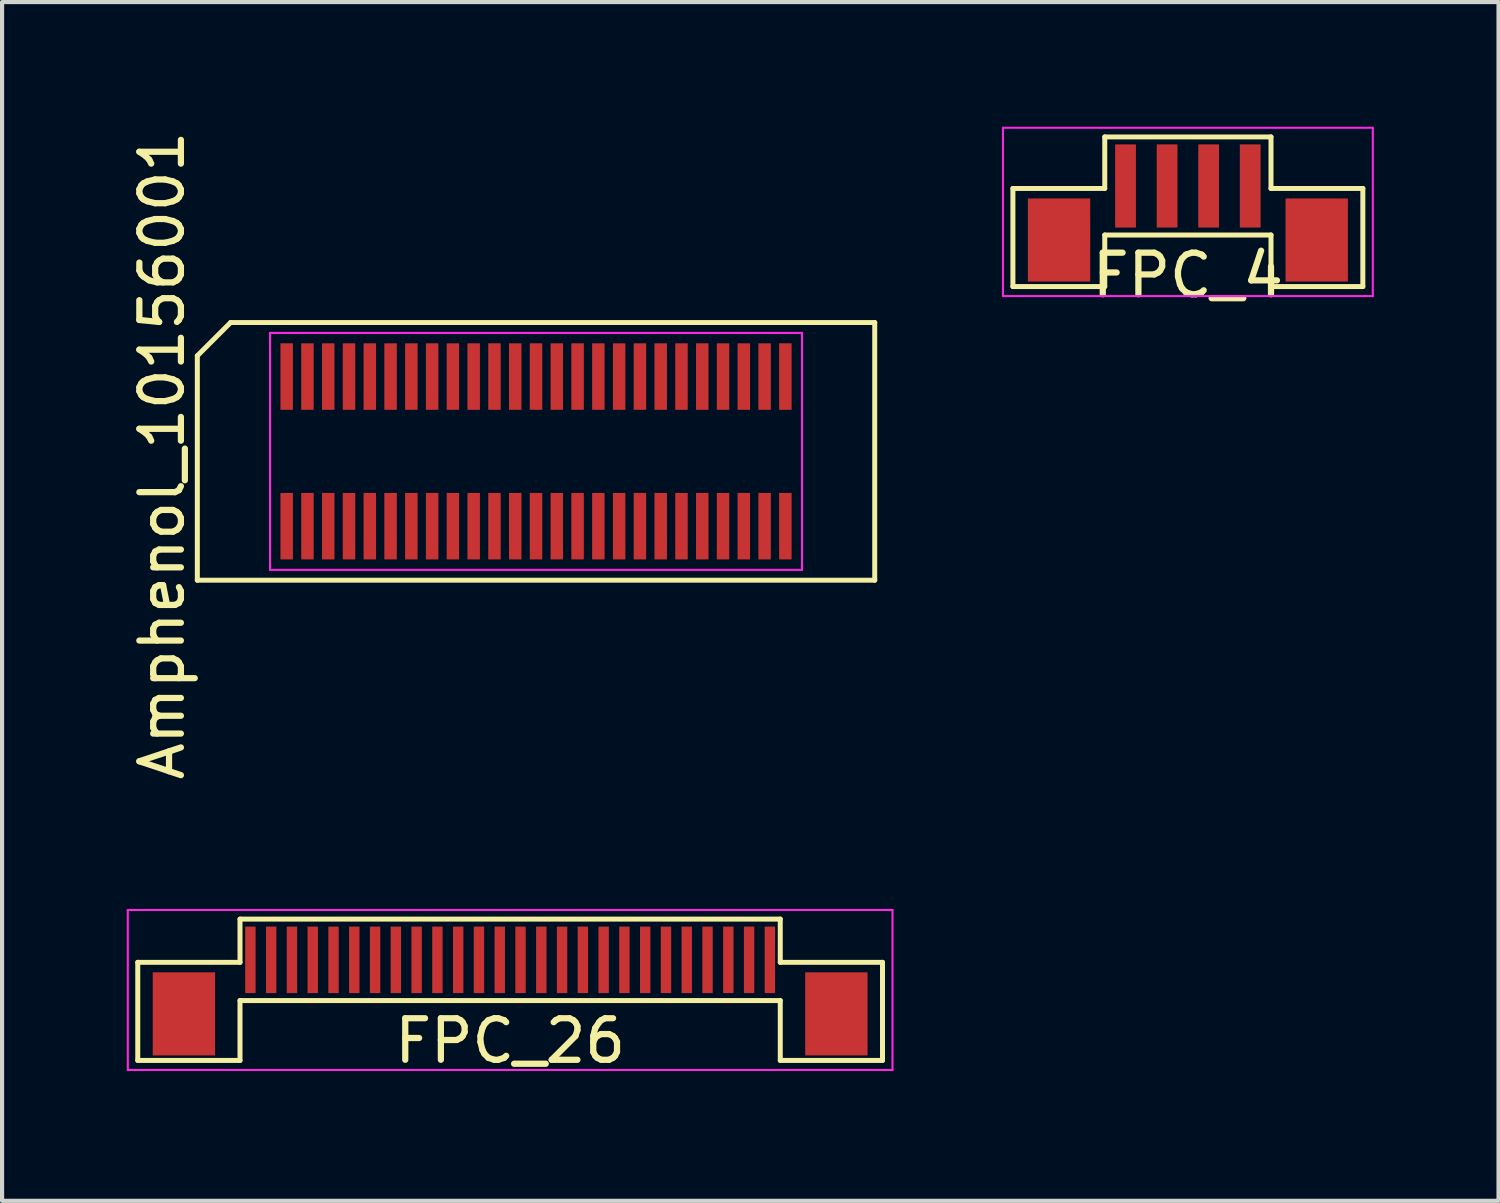
<source format=kicad_pcb>
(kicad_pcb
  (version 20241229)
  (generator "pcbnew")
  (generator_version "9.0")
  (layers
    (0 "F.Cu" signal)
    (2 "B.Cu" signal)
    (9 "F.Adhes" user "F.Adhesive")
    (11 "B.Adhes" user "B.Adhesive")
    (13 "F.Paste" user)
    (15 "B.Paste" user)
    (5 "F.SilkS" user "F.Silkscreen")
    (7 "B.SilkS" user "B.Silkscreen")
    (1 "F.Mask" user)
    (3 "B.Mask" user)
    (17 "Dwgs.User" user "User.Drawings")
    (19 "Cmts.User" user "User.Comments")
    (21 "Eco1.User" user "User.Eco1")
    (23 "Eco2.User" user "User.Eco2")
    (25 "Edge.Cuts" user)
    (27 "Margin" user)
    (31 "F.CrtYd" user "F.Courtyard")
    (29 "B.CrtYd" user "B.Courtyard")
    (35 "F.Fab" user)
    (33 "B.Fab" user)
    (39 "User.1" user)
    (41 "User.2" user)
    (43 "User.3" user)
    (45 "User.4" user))
  (footprint "FPC_4"
    (layer "F.Cu")
    (at 25.533 1.425)
    (property "Reference" "FPC_4" (at 0 2.15 0) (layer "F.SilkS") (effects (font (size 1 1) (thickness 0.15))))
    (attr through_hole)
    (fp_line (start -4.21 0.06) (end -2 0.06) (stroke (width 0.12) (type default)) (layer "F.SilkS"))
    (fp_line (start -4.21 2.42) (end -4.21 0.06) (stroke (width 0.12) (type default)) (layer "F.SilkS"))
    (fp_line (start -2 -1.18) (end 2 -1.18) (stroke (width 0.12) (type default)) (layer "F.SilkS"))
    (fp_line (start -2 0.06) (end -2 -1.18) (stroke (width 0.12) (type default)) (layer "F.SilkS"))
    (fp_line (start -2 1.18) (end -2 2.42) (stroke (width 0.12) (type default)) (layer "F.SilkS"))
    (fp_line (start -2 1.18) (end 2 1.18) (stroke (width 0.12) (type default)) (layer "F.SilkS"))
    (fp_line (start -2 2.42) (end -4.21 2.42) (stroke (width 0.12) (type default)) (layer "F.SilkS"))
    (fp_line (start 2 0.06) (end 2 -1.18) (stroke (width 0.12) (type default)) (layer "F.SilkS"))
    (fp_line (start 2 1.18) (end 2 2.42) (stroke (width 0.12) (type default)) (layer "F.SilkS"))
    (fp_line (start 2 2.42) (end 4.21 2.42) (stroke (width 0.12) (type default)) (layer "F.SilkS"))
    (fp_line (start 4.21 0.06) (end 2 0.06) (stroke (width 0.12) (type default)) (layer "F.SilkS"))
    (fp_line (start 4.21 2.42) (end 4.21 0.06) (stroke (width 0.12) (type default)) (layer "F.SilkS"))
    (fp_line (start -4.45 -1.4) (end -4.45 2.65) (stroke (width 0.05) (type default)) (layer "F.CrtYd"))
    (fp_line (start -4.45 -1.4) (end 4.45 -1.4) (stroke (width 0.05) (type default)) (layer "F.CrtYd"))
    (fp_line (start -4.45 2.65) (end 4.45 2.65) (stroke (width 0.05) (type default)) (layer "F.CrtYd"))
    (fp_line (start 4.45 -1.4) (end 4.45 2.65) (stroke (width 0.05) (type default)) (layer "F.CrtYd"))
    (pad "1" smd rect (at -1.5 0) (size 0.5 2) (layers "F.Cu" "F.Mask" "F.Paste"))
    (pad "2" smd rect (at -0.5 0) (size 0.5 2) (layers "F.Cu" "F.Mask" "F.Paste"))
    (pad "3" smd rect (at 0.5 0) (size 0.5 2) (layers "F.Cu" "F.Mask" "F.Paste"))
    (pad "4" smd rect (at 1.5 0) (size 0.5 2) (layers "F.Cu" "F.Mask" "F.Paste"))
    (pad "MP" smd rect (at -3.1 1.3) (size 1.5 2) (layers "F.Cu" "F.Mask" "F.Paste"))
    (pad "MP" smd rect (at 3.1 1.3) (size 1.5 2) (layers "F.Cu" "F.Mask" "F.Paste")))
  (footprint "FPC_26"
    (layer "F.Cu")
    (at 9.225 20.046)
    (property "Reference" "FPC_26" (at 0 1.95 0) (layer "F.SilkS") (effects (font (size 1 1) (thickness 0.15))))
    (attr through_hole)
    (fp_line (start -8.96 0.06) (end -6.5 0.06) (stroke (width 0.12) (type default)) (layer "F.SilkS"))
    (fp_line (start -8.96 2.42) (end -8.96 0.06) (stroke (width 0.12) (type default)) (layer "F.SilkS"))
    (fp_line (start -6.5 -0.98) (end 6.5 -0.98) (stroke (width 0.12) (type default)) (layer "F.SilkS"))
    (fp_line (start -6.5 0.06) (end -6.5 -0.98) (stroke (width 0.12) (type default)) (layer "F.SilkS"))
    (fp_line (start -6.5 0.98) (end -6.5 2.42) (stroke (width 0.12) (type default)) (layer "F.SilkS"))
    (fp_line (start -6.5 0.98) (end 6.5 0.98) (stroke (width 0.12) (type default)) (layer "F.SilkS"))
    (fp_line (start -6.5 2.42) (end -8.96 2.42) (stroke (width 0.12) (type default)) (layer "F.SilkS"))
    (fp_line (start 6.5 0.06) (end 6.5 -0.98) (stroke (width 0.12) (type default)) (layer "F.SilkS"))
    (fp_line (start 6.5 0.98) (end 6.5 2.42) (stroke (width 0.12) (type default)) (layer "F.SilkS"))
    (fp_line (start 6.5 2.42) (end 8.96 2.42) (stroke (width 0.12) (type default)) (layer "F.SilkS"))
    (fp_line (start 8.96 0.06) (end 6.5 0.06) (stroke (width 0.12) (type default)) (layer "F.SilkS"))
    (fp_line (start 8.96 2.42) (end 8.96 0.06) (stroke (width 0.12) (type default)) (layer "F.SilkS"))
    (fp_line (start -9.2 -1.2) (end -9.2 2.65) (stroke (width 0.05) (type default)) (layer "F.CrtYd"))
    (fp_line (start -9.2 -1.2) (end 9.2 -1.2) (stroke (width 0.05) (type default)) (layer "F.CrtYd"))
    (fp_line (start -9.2 2.65) (end 9.2 2.65) (stroke (width 0.05) (type default)) (layer "F.CrtYd"))
    (fp_line (start 9.2 -1.2) (end 9.2 2.65) (stroke (width 0.05) (type default)) (layer "F.CrtYd"))
    (pad "1" smd rect (at -6.25 0) (size 0.25 1.6) (layers "F.Cu" "F.Mask" "F.Paste"))
    (pad "2" smd rect (at -5.75 0) (size 0.25 1.6) (layers "F.Cu" "F.Mask" "F.Paste"))
    (pad "3" smd rect (at -5.25 0) (size 0.25 1.6) (layers "F.Cu" "F.Mask" "F.Paste"))
    (pad "4" smd rect (at -4.75 0) (size 0.25 1.6) (layers "F.Cu" "F.Mask" "F.Paste"))
    (pad "5" smd rect (at -4.25 0) (size 0.25 1.6) (layers "F.Cu" "F.Mask" "F.Paste"))
    (pad "6" smd rect (at -3.75 0) (size 0.25 1.6) (layers "F.Cu" "F.Mask" "F.Paste"))
    (pad "7" smd rect (at -3.25 0) (size 0.25 1.6) (layers "F.Cu" "F.Mask" "F.Paste"))
    (pad "8" smd rect (at -2.75 0) (size 0.25 1.6) (layers "F.Cu" "F.Mask" "F.Paste"))
    (pad "9" smd rect (at -2.25 0) (size 0.25 1.6) (layers "F.Cu" "F.Mask" "F.Paste"))
    (pad "10" smd rect (at -1.75 0) (size 0.25 1.6) (layers "F.Cu" "F.Mask" "F.Paste"))
    (pad "11" smd rect (at -1.25 0) (size 0.25 1.6) (layers "F.Cu" "F.Mask" "F.Paste"))
    (pad "12" smd rect (at -0.75 0) (size 0.25 1.6) (layers "F.Cu" "F.Mask" "F.Paste"))
    (pad "13" smd rect (at -0.25 0) (size 0.25 1.6) (layers "F.Cu" "F.Mask" "F.Paste"))
    (pad "14" smd rect (at 0.25 0) (size 0.25 1.6) (layers "F.Cu" "F.Mask" "F.Paste"))
    (pad "15" smd rect (at 0.75 0) (size 0.25 1.6) (layers "F.Cu" "F.Mask" "F.Paste"))
    (pad "16" smd rect (at 1.25 0) (size 0.25 1.6) (layers "F.Cu" "F.Mask" "F.Paste"))
    (pad "17" smd rect (at 1.75 0) (size 0.25 1.6) (layers "F.Cu" "F.Mask" "F.Paste"))
    (pad "18" smd rect (at 2.25 0) (size 0.25 1.6) (layers "F.Cu" "F.Mask" "F.Paste"))
    (pad "19" smd rect (at 2.75 0) (size 0.25 1.6) (layers "F.Cu" "F.Mask" "F.Paste"))
    (pad "20" smd rect (at 3.25 0) (size 0.25 1.6) (layers "F.Cu" "F.Mask" "F.Paste"))
    (pad "21" smd rect (at 3.75 0) (size 0.25 1.6) (layers "F.Cu" "F.Mask" "F.Paste"))
    (pad "22" smd rect (at 4.25 0) (size 0.25 1.6) (layers "F.Cu" "F.Mask" "F.Paste"))
    (pad "23" smd rect (at 4.75 0) (size 0.25 1.6) (layers "F.Cu" "F.Mask" "F.Paste"))
    (pad "24" smd rect (at 5.25 0) (size 0.25 1.6) (layers "F.Cu" "F.Mask" "F.Paste"))
    (pad "25" smd rect (at 5.75 0) (size 0.25 1.6) (layers "F.Cu" "F.Mask" "F.Paste"))
    (pad "26" smd rect (at 6.25 0) (size 0.25 1.6) (layers "F.Cu" "F.Mask" "F.Paste"))
    (pad "MP" smd rect (at -7.85 1.3) (size 1.5 2) (layers "F.Cu" "F.Mask" "F.Paste"))
    (pad "MP" smd rect (at 7.85 1.3) (size 1.5 2) (layers "F.Cu" "F.Mask" "F.Paste")))
  (footprint "Amphenol_10156001"
    (layer "F.Cu")
    (at 9.848 7.811)
    (property "Reference" "Amphenol_10156001" (at -9 0.1 90) (layer "F.SilkS") (effects (font (size 1 1) (thickness 0.15))))
    (attr smd)
    (fp_line (start -8.15 3.1) (end -8.15 -2.3) (stroke (width 0.12) (type solid)) (layer "F.SilkS"))
    (fp_line (start -7.35 -3.1) (end -8.15 -2.3) (stroke (width 0.12) (type solid)) (layer "F.SilkS"))
    (fp_line (start -7.35 -3.1) (end 8.15 -3.1) (stroke (width 0.12) (type solid)) (layer "F.SilkS"))
    (fp_line (start 8.15 -3.1) (end 8.15 3.1) (stroke (width 0.12) (type solid)) (layer "F.SilkS"))
    (fp_line (start 8.15 3.1) (end -8.15 3.1) (stroke (width 0.12) (type solid)) (layer "F.SilkS"))
    (fp_line (start -6.4 -2.85) (end 6.4 -2.85) (stroke (width 0.05) (type solid)) (layer "F.CrtYd"))
    (fp_line (start -6.4 2.85) (end -6.4 -2.85) (stroke (width 0.05) (type solid)) (layer "F.CrtYd"))
    (fp_line (start 6.4 -2.85) (end 6.4 2.85) (stroke (width 0.05) (type solid)) (layer "F.CrtYd"))
    (fp_line (start 6.4 2.85) (end -6.4 2.85) (stroke (width 0.05) (type solid)) (layer "F.CrtYd"))
    (pad "1" smd rect (at -6 1.8) (size 0.3 1.6) (layers "F.Cu" "F.Mask" "F.Paste"))
    (pad "2" smd rect (at -5.5 1.8) (size 0.3 1.6) (layers "F.Cu" "F.Mask" "F.Paste"))
    (pad "3" smd rect (at -5 1.8) (size 0.3 1.6) (layers "F.Cu" "F.Mask" "F.Paste"))
    (pad "4" smd rect (at -4.5 1.8) (size 0.3 1.6) (layers "F.Cu" "F.Mask" "F.Paste"))
    (pad "5" smd rect (at -4 1.8) (size 0.3 1.6) (layers "F.Cu" "F.Mask" "F.Paste"))
    (pad "6" smd rect (at -3.5 1.8) (size 0.3 1.6) (layers "F.Cu" "F.Mask" "F.Paste"))
    (pad "7" smd rect (at -3 1.8) (size 0.3 1.6) (layers "F.Cu" "F.Mask" "F.Paste"))
    (pad "8" smd rect (at -2.5 1.8) (size 0.3 1.6) (layers "F.Cu" "F.Mask" "F.Paste"))
    (pad "9" smd rect (at -2 1.8) (size 0.3 1.6) (layers "F.Cu" "F.Mask" "F.Paste"))
    (pad "10" smd rect (at -1.5 1.8) (size 0.3 1.6) (layers "F.Cu" "F.Mask" "F.Paste"))
    (pad "11" smd rect (at -1 1.8) (size 0.3 1.6) (layers "F.Cu" "F.Mask" "F.Paste"))
    (pad "12" smd rect (at -0.5 1.8) (size 0.3 1.6) (layers "F.Cu" "F.Mask" "F.Paste"))
    (pad "13" smd rect (at 0 1.8) (size 0.3 1.6) (layers "F.Cu" "F.Mask" "F.Paste"))
    (pad "14" smd rect (at 0.5 1.8) (size 0.3 1.6) (layers "F.Cu" "F.Mask" "F.Paste"))
    (pad "15" smd rect (at 1 1.8) (size 0.3 1.6) (layers "F.Cu" "F.Mask" "F.Paste"))
    (pad "16" smd rect (at 1.5 1.8) (size 0.3 1.6) (layers "F.Cu" "F.Mask" "F.Paste"))
    (pad "17" smd rect (at 2 1.8) (size 0.3 1.6) (layers "F.Cu" "F.Mask" "F.Paste"))
    (pad "18" smd rect (at 2.5 1.8) (size 0.3 1.6) (layers "F.Cu" "F.Mask" "F.Paste"))
    (pad "19" smd rect (at 3 1.8) (size 0.3 1.6) (layers "F.Cu" "F.Mask" "F.Paste"))
    (pad "20" smd rect (at 3.5 1.8) (size 0.3 1.6) (layers "F.Cu" "F.Mask" "F.Paste"))
    (pad "21" smd rect (at 4 1.8) (size 0.3 1.6) (layers "F.Cu" "F.Mask" "F.Paste"))
    (pad "22" smd rect (at 4.5 1.8) (size 0.3 1.6) (layers "F.Cu" "F.Mask" "F.Paste"))
    (pad "23" smd rect (at 5 1.8) (size 0.3 1.6) (layers "F.Cu" "F.Mask" "F.Paste"))
    (pad "24" smd rect (at 5.5 1.8) (size 0.3 1.6) (layers "F.Cu" "F.Mask" "F.Paste"))
    (pad "25" smd rect (at 6 1.8) (size 0.3 1.6) (layers "F.Cu" "F.Mask" "F.Paste"))
    (pad "26" smd rect (at 6 -1.8) (size 0.3 1.6) (layers "F.Cu" "F.Mask" "F.Paste"))
    (pad "27" smd rect (at 5.5 -1.8) (size 0.3 1.6) (layers "F.Cu" "F.Mask" "F.Paste"))
    (pad "28" smd rect (at 5 -1.8) (size 0.3 1.6) (layers "F.Cu" "F.Mask" "F.Paste"))
    (pad "29" smd rect (at 4.5 -1.8) (size 0.3 1.6) (layers "F.Cu" "F.Mask" "F.Paste"))
    (pad "30" smd rect (at 4 -1.8) (size 0.3 1.6) (layers "F.Cu" "F.Mask" "F.Paste"))
    (pad "31" smd rect (at 3.5 -1.8) (size 0.3 1.6) (layers "F.Cu" "F.Mask" "F.Paste"))
    (pad "32" smd rect (at 3 -1.8) (size 0.3 1.6) (layers "F.Cu" "F.Mask" "F.Paste"))
    (pad "33" smd rect (at 2.5 -1.8) (size 0.3 1.6) (layers "F.Cu" "F.Mask" "F.Paste"))
    (pad "34" smd rect (at 2 -1.8) (size 0.3 1.6) (layers "F.Cu" "F.Mask" "F.Paste"))
    (pad "35" smd rect (at 1.5 -1.8) (size 0.3 1.6) (layers "F.Cu" "F.Mask" "F.Paste"))
    (pad "36" smd rect (at 1 -1.8) (size 0.3 1.6) (layers "F.Cu" "F.Mask" "F.Paste"))
    (pad "37" smd rect (at 0.5 -1.8) (size 0.3 1.6) (layers "F.Cu" "F.Mask" "F.Paste"))
    (pad "38" smd rect (at 0 -1.8) (size 0.3 1.6) (layers "F.Cu" "F.Mask" "F.Paste"))
    (pad "39" smd rect (at -0.5 -1.8) (size 0.3 1.6) (layers "F.Cu" "F.Mask" "F.Paste"))
    (pad "40" smd rect (at -1 -1.8) (size 0.3 1.6) (layers "F.Cu" "F.Mask" "F.Paste"))
    (pad "41" smd rect (at -1.5 -1.8) (size 0.3 1.6) (layers "F.Cu" "F.Mask" "F.Paste"))
    (pad "42" smd rect (at -2 -1.8) (size 0.3 1.6) (layers "F.Cu" "F.Mask" "F.Paste"))
    (pad "43" smd rect (at -2.5 -1.8) (size 0.3 1.6) (layers "F.Cu" "F.Mask" "F.Paste"))
    (pad "44" smd rect (at -3 -1.8) (size 0.3 1.6) (layers "F.Cu" "F.Mask" "F.Paste"))
    (pad "45" smd rect (at -3.5 -1.8) (size 0.3 1.6) (layers "F.Cu" "F.Mask" "F.Paste"))
    (pad "46" smd rect (at -4 -1.8) (size 0.3 1.6) (layers "F.Cu" "F.Mask" "F.Paste"))
    (pad "47" smd rect (at -4.5 -1.8) (size 0.3 1.6) (layers "F.Cu" "F.Mask" "F.Paste"))
    (pad "48" smd rect (at -5 -1.8) (size 0.3 1.6) (layers "F.Cu" "F.Mask" "F.Paste"))
    (pad "49" smd rect (at -5.5 -1.8) (size 0.3 1.6) (layers "F.Cu" "F.Mask" "F.Paste"))
    (pad "50" smd rect (at -6 -1.8) (size 0.3 1.6) (layers "F.Cu" "F.Mask" "F.Paste")))
  (gr_rect
    (start -3 -3)
    (end 33.008 25.845)
    (stroke (width 0.1) (type default))
    (fill no)
    (layer "Edge.Cuts")))
</source>
